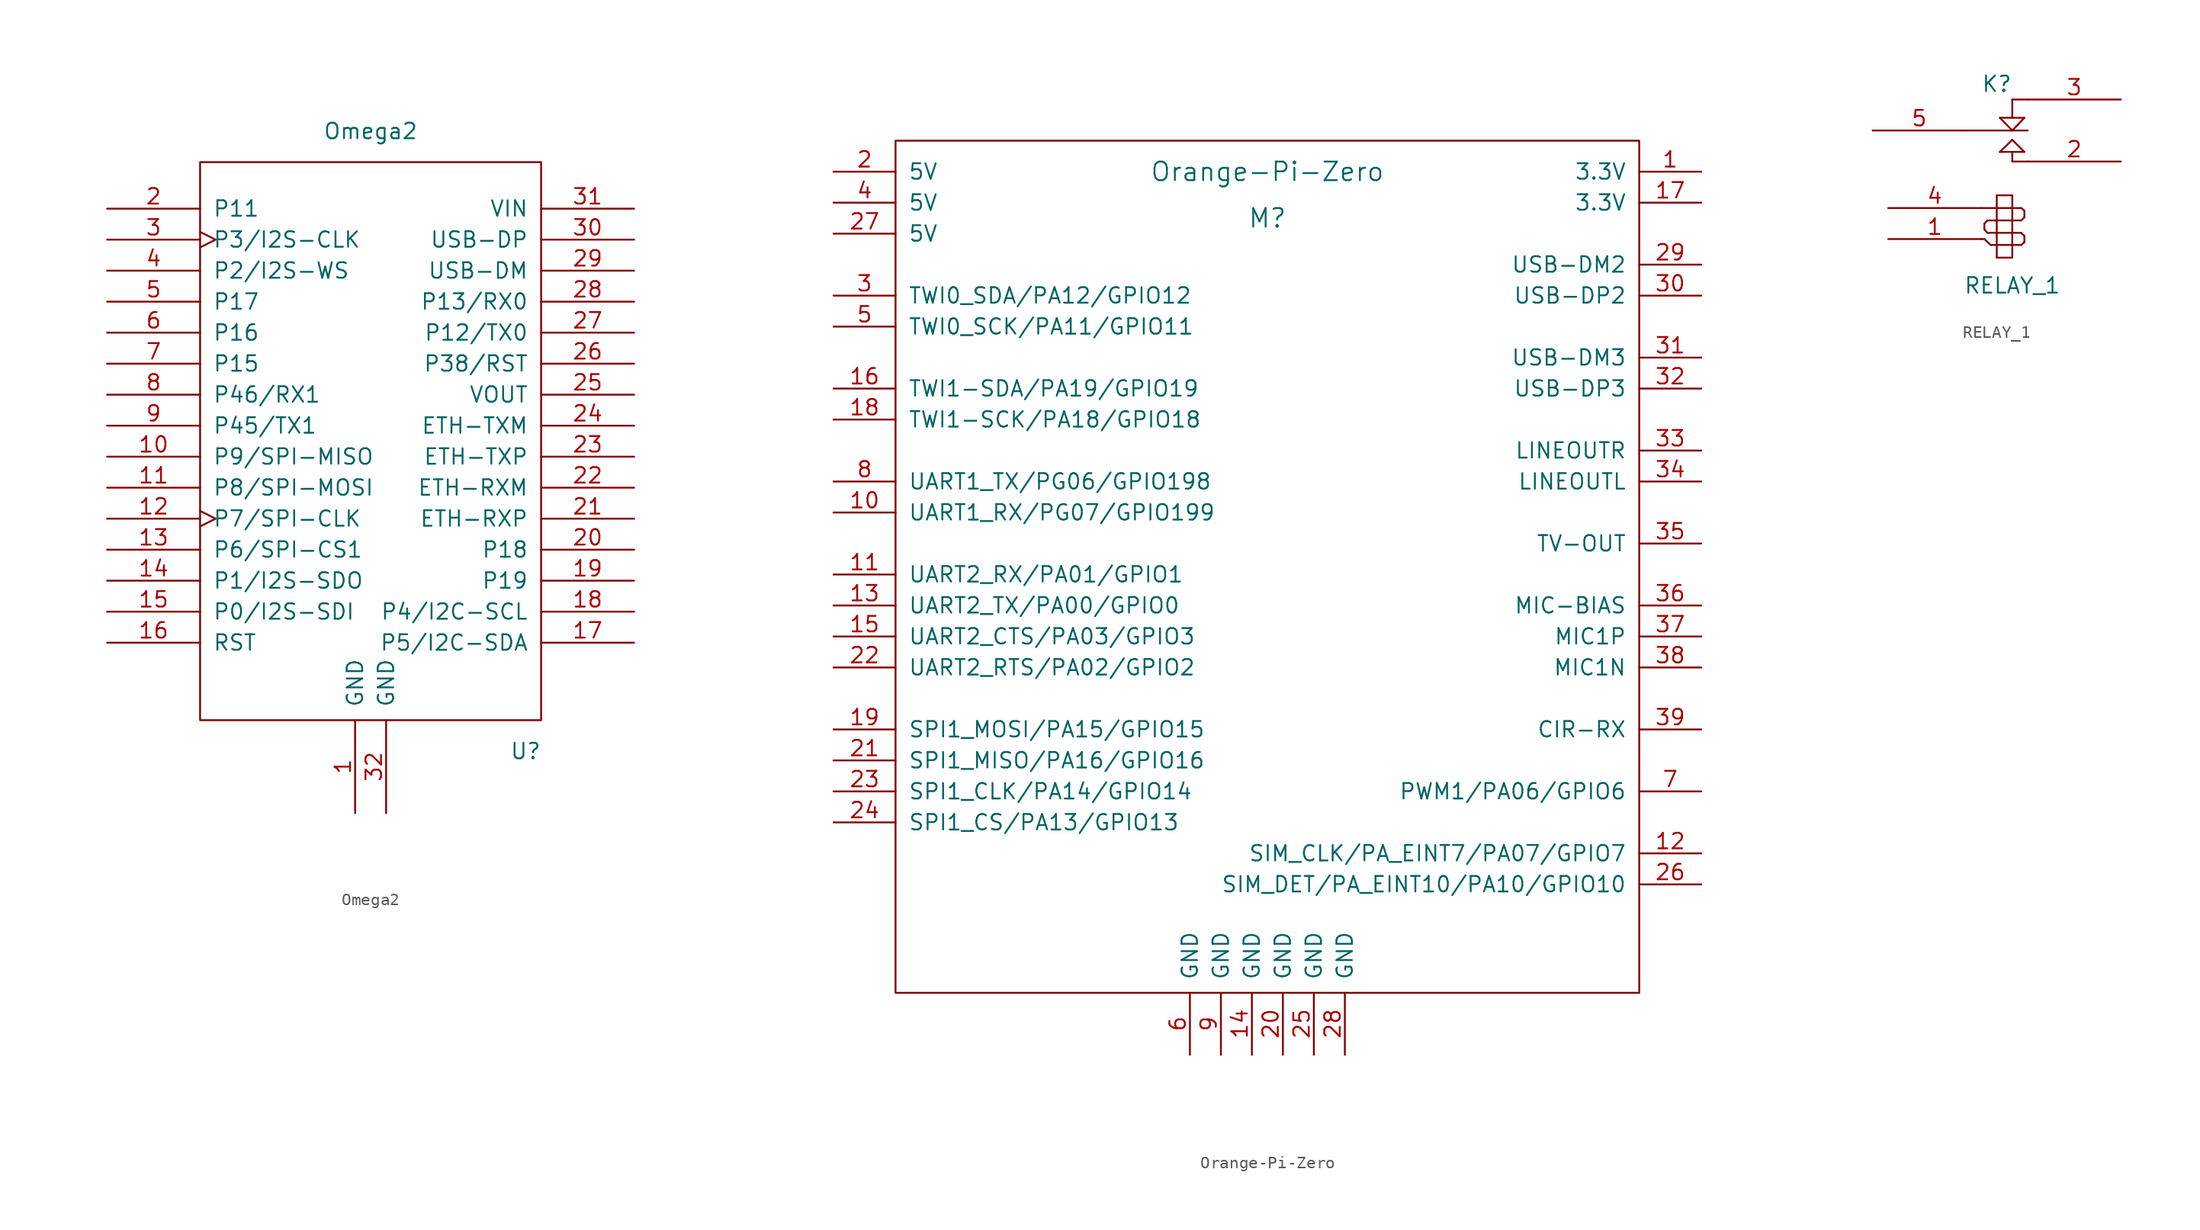
<source format=kicad_sym>
(kicad_symbol_lib
  (version 20211014)
  (generator kicad_symbol_editor)
  (symbol "Drake:Omega2"
    (pin_names
      (offset 1.016))
    (property "Reference" "U"
      (at 12.7 -26.67 0)
      (effects (font (size 1.27 1.27))))
    (property "Value" "Omega2"
      (at 0 24.13 0)
      (effects (font (size 1.27 1.27))))
    (symbol "Omega2_1_0"
      (rectangle (start -13.97 -24.13) (end 13.97 21.59) (stroke (width 0) (type default) (color 0 0 0 0)) (fill (type none))))
    (symbol "Omega2_1_1"
      (pin power_in line (at -1.27 -31.75 90) (length 7.62) (name "GND" (effects (font (size 1.27 1.27)))) (number "1" (effects (font (size 1.27 1.27)))))
      (pin bidirectional line (at -21.59 -2.54 0) (length 7.62) (name "P9/SPI-MISO" (effects (font (size 1.27 1.27)))) (number "10" (effects (font (size 1.27 1.27)))))
      (pin bidirectional line (at -21.59 -5.08 0) (length 7.62) (name "P8/SPI-MOSI" (effects (font (size 1.27 1.27)))) (number "11" (effects (font (size 1.27 1.27)))))
      (pin bidirectional clock (at -21.59 -7.62 0) (length 7.62) (name "P7/SPI-CLK" (effects (font (size 1.27 1.27)))) (number "12" (effects (font (size 1.27 1.27)))))
      (pin bidirectional line (at -21.59 -10.16 0) (length 7.62) (name "P6/SPI-CS1" (effects (font (size 1.27 1.27)))) (number "13" (effects (font (size 1.27 1.27)))))
      (pin bidirectional line (at -21.59 -12.7 0) (length 7.62) (name "P1/I2S-SDO" (effects (font (size 1.27 1.27)))) (number "14" (effects (font (size 1.27 1.27)))))
      (pin bidirectional line (at -21.59 -15.24 0) (length 7.62) (name "P0/I2S-SDI" (effects (font (size 1.27 1.27)))) (number "15" (effects (font (size 1.27 1.27)))))
      (pin bidirectional line (at -21.59 -17.78 0) (length 7.62) (name "RST" (effects (font (size 1.27 1.27)))) (number "16" (effects (font (size 1.27 1.27)))))
      (pin bidirectional line (at 21.59 -17.78 180) (length 7.62) (name "P5/I2C-SDA" (effects (font (size 1.27 1.27)))) (number "17" (effects (font (size 1.27 1.27)))))
      (pin bidirectional line (at 21.59 -15.24 180) (length 7.62) (name "P4/I2C-SCL" (effects (font (size 1.27 1.27)))) (number "18" (effects (font (size 1.27 1.27)))))
      (pin bidirectional line (at 21.59 -12.7 180) (length 7.62) (name "P19" (effects (font (size 1.27 1.27)))) (number "19" (effects (font (size 1.27 1.27)))))
      (pin bidirectional line (at -21.59 17.78 0) (length 7.62) (name "P11" (effects (font (size 1.27 1.27)))) (number "2" (effects (font (size 1.27 1.27)))))
      (pin bidirectional line (at 21.59 -10.16 180) (length 7.62) (name "P18" (effects (font (size 1.27 1.27)))) (number "20" (effects (font (size 1.27 1.27)))))
      (pin bidirectional line (at 21.59 -7.62 180) (length 7.62) (name "ETH-RXP" (effects (font (size 1.27 1.27)))) (number "21" (effects (font (size 1.27 1.27)))))
      (pin bidirectional line (at 21.59 -5.08 180) (length 7.62) (name "ETH-RXM" (effects (font (size 1.27 1.27)))) (number "22" (effects (font (size 1.27 1.27)))))
      (pin bidirectional line (at 21.59 -2.54 180) (length 7.62) (name "ETH-TXP" (effects (font (size 1.27 1.27)))) (number "23" (effects (font (size 1.27 1.27)))))
      (pin bidirectional line (at 21.59 0 180) (length 7.62) (name "ETH-TXM" (effects (font (size 1.27 1.27)))) (number "24" (effects (font (size 1.27 1.27)))))
      (pin output line (at 21.59 2.54 180) (length 7.62) (name "VOUT" (effects (font (size 1.27 1.27)))) (number "25" (effects (font (size 1.27 1.27)))))
      (pin bidirectional line (at 21.59 5.08 180) (length 7.62) (name "P38/RST" (effects (font (size 1.27 1.27)))) (number "26" (effects (font (size 1.27 1.27)))))
      (pin bidirectional line (at 21.59 7.62 180) (length 7.62) (name "P12/TX0" (effects (font (size 1.27 1.27)))) (number "27" (effects (font (size 1.27 1.27)))))
      (pin bidirectional line (at 21.59 10.16 180) (length 7.62) (name "P13/RX0" (effects (font (size 1.27 1.27)))) (number "28" (effects (font (size 1.27 1.27)))))
      (pin bidirectional line (at 21.59 12.7 180) (length 7.62) (name "USB-DM" (effects (font (size 1.27 1.27)))) (number "29" (effects (font (size 1.27 1.27)))))
      (pin bidirectional clock (at -21.59 15.24 0) (length 7.62) (name "P3/I2S-CLK" (effects (font (size 1.27 1.27)))) (number "3" (effects (font (size 1.27 1.27)))))
      (pin bidirectional line (at 21.59 15.24 180) (length 7.62) (name "USB-DP" (effects (font (size 1.27 1.27)))) (number "30" (effects (font (size 1.27 1.27)))))
      (pin bidirectional line (at 21.59 17.78 180) (length 7.62) (name "VIN" (effects (font (size 1.27 1.27)))) (number "31" (effects (font (size 1.27 1.27)))))
      (pin power_in line (at 1.27 -31.75 90) (length 7.62) (name "GND" (effects (font (size 1.27 1.27)))) (number "32" (effects (font (size 1.27 1.27)))))
      (pin bidirectional line (at -21.59 12.7 0) (length 7.62) (name "P2/I2S-WS" (effects (font (size 1.27 1.27)))) (number "4" (effects (font (size 1.27 1.27)))))
      (pin bidirectional line (at -21.59 10.16 0) (length 7.62) (name "P17" (effects (font (size 1.27 1.27)))) (number "5" (effects (font (size 1.27 1.27)))))
      (pin bidirectional line (at -21.59 7.62 0) (length 7.62) (name "P16" (effects (font (size 1.27 1.27)))) (number "6" (effects (font (size 1.27 1.27)))))
      (pin bidirectional line (at -21.59 5.08 0) (length 7.62) (name "P15" (effects (font (size 1.27 1.27)))) (number "7" (effects (font (size 1.27 1.27)))))
      (pin bidirectional line (at -21.59 2.54 0) (length 7.62) (name "P46/RX1" (effects (font (size 1.27 1.27)))) (number "8" (effects (font (size 1.27 1.27)))))
      (pin bidirectional line (at -21.59 0 0) (length 7.62) (name "P45/TX1" (effects (font (size 1.27 1.27)))) (number "9" (effects (font (size 1.27 1.27)))))))
  (symbol "Drake:Orange-Pi-Zero"
    (pin_names
      (offset 1.016))
    (property "Reference" "M"
      (at 0 29.21 0)
      (effects (font (size 1.524 1.524))))
    (property "Value" "Orange-Pi-Zero"
      (at 0 33.02 0)
      (effects (font (size 1.524 1.524))))
    (symbol "Orange-Pi-Zero_0_1"
      (rectangle (start -30.48 35.56) (end 30.48 -34.29) (stroke (width 0) (type default) (color 0 0 0 0)) (fill (type none))))
    (symbol "Orange-Pi-Zero_1_1"
      (pin bidirectional line (at 35.56 33.02 180) (length 5.08) (name "3.3V" (effects (font (size 1.27 1.27)))) (number "1" (effects (font (size 1.27 1.27)))))
      (pin bidirectional line (at -35.56 5.08 0) (length 5.08) (name "UART1_RX/PG07/GPIO199" (effects (font (size 1.27 1.27)))) (number "10" (effects (font (size 1.27 1.27)))))
      (pin bidirectional line (at -35.56 0 0) (length 5.08) (name "UART2_RX/PA01/GPIO1" (effects (font (size 1.27 1.27)))) (number "11" (effects (font (size 1.27 1.27)))))
      (pin bidirectional line (at 35.56 -22.86 180) (length 5.08) (name "SIM_CLK/PA_EINT7/PA07/GPIO7" (effects (font (size 1.27 1.27)))) (number "12" (effects (font (size 1.27 1.27)))))
      (pin bidirectional line (at -35.56 -2.54 0) (length 5.08) (name "UART2_TX/PA00/GPIO0" (effects (font (size 1.27 1.27)))) (number "13" (effects (font (size 1.27 1.27)))))
      (pin bidirectional line (at -1.27 -39.37 90) (length 5.08) (name "GND" (effects (font (size 1.27 1.27)))) (number "14" (effects (font (size 1.27 1.27)))))
      (pin bidirectional line (at -35.56 -5.08 0) (length 5.08) (name "UART2_CTS/PA03/GPIO3" (effects (font (size 1.27 1.27)))) (number "15" (effects (font (size 1.27 1.27)))))
      (pin bidirectional line (at -35.56 15.24 0) (length 5.08) (name "TWI1-SDA/PA19/GPIO19" (effects (font (size 1.27 1.27)))) (number "16" (effects (font (size 1.27 1.27)))))
      (pin bidirectional line (at 35.56 30.48 180) (length 5.08) (name "3.3V" (effects (font (size 1.27 1.27)))) (number "17" (effects (font (size 1.27 1.27)))))
      (pin bidirectional line (at -35.56 12.7 0) (length 5.08) (name "TWI1-SCK/PA18/GPIO18" (effects (font (size 1.27 1.27)))) (number "18" (effects (font (size 1.27 1.27)))))
      (pin bidirectional line (at -35.56 -12.7 0) (length 5.08) (name "SPI1_MOSI/PA15/GPIO15" (effects (font (size 1.27 1.27)))) (number "19" (effects (font (size 1.27 1.27)))))
      (pin bidirectional line (at -35.56 33.02 0) (length 5.08) (name "5V" (effects (font (size 1.27 1.27)))) (number "2" (effects (font (size 1.27 1.27)))))
      (pin bidirectional line (at 1.27 -39.37 90) (length 5.08) (name "GND" (effects (font (size 1.27 1.27)))) (number "20" (effects (font (size 1.27 1.27)))))
      (pin bidirectional line (at -35.56 -15.24 0) (length 5.08) (name "SPI1_MISO/PA16/GPIO16" (effects (font (size 1.27 1.27)))) (number "21" (effects (font (size 1.27 1.27)))))
      (pin bidirectional line (at -35.56 -7.62 0) (length 5.08) (name "UART2_RTS/PA02/GPIO2" (effects (font (size 1.27 1.27)))) (number "22" (effects (font (size 1.27 1.27)))))
      (pin bidirectional line (at -35.56 -17.78 0) (length 5.08) (name "SPI1_CLK/PA14/GPIO14" (effects (font (size 1.27 1.27)))) (number "23" (effects (font (size 1.27 1.27)))))
      (pin bidirectional line (at -35.56 -20.32 0) (length 5.08) (name "SPI1_CS/PA13/GPIO13" (effects (font (size 1.27 1.27)))) (number "24" (effects (font (size 1.27 1.27)))))
      (pin bidirectional line (at 3.81 -39.37 90) (length 5.08) (name "GND" (effects (font (size 1.27 1.27)))) (number "25" (effects (font (size 1.27 1.27)))))
      (pin bidirectional line (at 35.56 -25.4 180) (length 5.08) (name "SIM_DET/PA_EINT10/PA10/GPIO10" (effects (font (size 1.27 1.27)))) (number "26" (effects (font (size 1.27 1.27)))))
      (pin bidirectional line (at -35.56 27.94 0) (length 5.08) (name "5V" (effects (font (size 1.27 1.27)))) (number "27" (effects (font (size 1.27 1.27)))))
      (pin bidirectional line (at 6.35 -39.37 90) (length 5.08) (name "GND" (effects (font (size 1.27 1.27)))) (number "28" (effects (font (size 1.27 1.27)))))
      (pin bidirectional line (at 35.56 25.4 180) (length 5.08) (name "USB-DM2" (effects (font (size 1.27 1.27)))) (number "29" (effects (font (size 1.27 1.27)))))
      (pin bidirectional line (at -35.56 22.86 0) (length 5.08) (name "TWI0_SDA/PA12/GPIO12" (effects (font (size 1.27 1.27)))) (number "3" (effects (font (size 1.27 1.27)))))
      (pin bidirectional line (at 35.56 22.86 180) (length 5.08) (name "USB-DP2" (effects (font (size 1.27 1.27)))) (number "30" (effects (font (size 1.27 1.27)))))
      (pin bidirectional line (at 35.56 17.78 180) (length 5.08) (name "USB-DM3" (effects (font (size 1.27 1.27)))) (number "31" (effects (font (size 1.27 1.27)))))
      (pin bidirectional line (at 35.56 15.24 180) (length 5.08) (name "USB-DP3" (effects (font (size 1.27 1.27)))) (number "32" (effects (font (size 1.27 1.27)))))
      (pin bidirectional line (at 35.56 10.16 180) (length 5.08) (name "LINEOUTR" (effects (font (size 1.27 1.27)))) (number "33" (effects (font (size 1.27 1.27)))))
      (pin bidirectional line (at 35.56 7.62 180) (length 5.08) (name "LINEOUTL" (effects (font (size 1.27 1.27)))) (number "34" (effects (font (size 1.27 1.27)))))
      (pin bidirectional line (at 35.56 2.54 180) (length 5.08) (name "TV-OUT" (effects (font (size 1.27 1.27)))) (number "35" (effects (font (size 1.27 1.27)))))
      (pin bidirectional line (at 35.56 -2.54 180) (length 5.08) (name "MIC-BIAS" (effects (font (size 1.27 1.27)))) (number "36" (effects (font (size 1.27 1.27)))))
      (pin bidirectional line (at 35.56 -5.08 180) (length 5.08) (name "MIC1P" (effects (font (size 1.27 1.27)))) (number "37" (effects (font (size 1.27 1.27)))))
      (pin bidirectional line (at 35.56 -7.62 180) (length 5.08) (name "MIC1N" (effects (font (size 1.27 1.27)))) (number "38" (effects (font (size 1.27 1.27)))))
      (pin bidirectional line (at 35.56 -12.7 180) (length 5.08) (name "CIR-RX" (effects (font (size 1.27 1.27)))) (number "39" (effects (font (size 1.27 1.27)))))
      (pin bidirectional line (at -35.56 30.48 0) (length 5.08) (name "5V" (effects (font (size 1.27 1.27)))) (number "4" (effects (font (size 1.27 1.27)))))
      (pin bidirectional line (at -35.56 20.32 0) (length 5.08) (name "TWI0_SCK/PA11/GPIO11" (effects (font (size 1.27 1.27)))) (number "5" (effects (font (size 1.27 1.27)))))
      (pin bidirectional line (at -6.35 -39.37 90) (length 5.08) (name "GND" (effects (font (size 1.27 1.27)))) (number "6" (effects (font (size 1.27 1.27)))))
      (pin bidirectional line (at 35.56 -17.78 180) (length 5.08) (name "PWM1/PA06/GPIO6" (effects (font (size 1.27 1.27)))) (number "7" (effects (font (size 1.27 1.27)))))
      (pin bidirectional line (at -35.56 7.62 0) (length 5.08) (name "UART1_TX/PG06/GPIO198" (effects (font (size 1.27 1.27)))) (number "8" (effects (font (size 1.27 1.27)))))
      (pin bidirectional line (at -3.81 -39.37 90) (length 5.08) (name "GND" (effects (font (size 1.27 1.27)))) (number "9" (effects (font (size 1.27 1.27)))))))
  (symbol "Drake:RELAY_1"
    (pin_names
      (offset 1.016) hide)
    (property "Reference" "K"
      (at -1.27 3.81 0)
      (effects (font (size 1.27 1.27))))
    (property "Value" "RELAY_1"
      (at 0 -12.7 0)
      (effects (font (size 1.27 1.27))))
    (property "Footprint" ""
      (at -1.27 1.27 0)
      (effects (font (size 1.27 1.27))))
    (property "Datasheet" ""
      (at -1.27 1.27 0)
      (effects (font (size 1.27 1.27))))
    (symbol "RELAY_1_0_1"
      (polyline (pts (xy -3.81 0) (xy 0 0)) (stroke (width 0) (type default) (color 0 0 0 0)) (fill (type none)))
      (polyline (pts (xy -2.54 -8.89) (xy -2.286 -8.89)) (stroke (width 0) (type default) (color 0 0 0 0)) (fill (type none)))
      (polyline (pts (xy -2.54 -6.35) (xy -1.27 -6.35)) (stroke (width 0) (type default) (color 0 0 0 0)) (fill (type none)))
      (polyline (pts (xy -2.286 -8.89) (xy -1.778 -9.373)) (stroke (width 0) (type default) (color 0 0 0 0)) (fill (type none)))
      (polyline (pts (xy -2.286 -8.103) (xy -2.286 -7.62)) (stroke (width 0) (type default) (color 0 0 0 0)) (fill (type none)))
      (polyline (pts (xy -2.032 -8.382) (xy -2.286 -8.103)) (stroke (width 0) (type default) (color 0 0 0 0)) (fill (type none)))
      (polyline (pts (xy -2.032 -7.366) (xy -2.286 -7.62)) (stroke (width 0) (type default) (color 0 0 0 0)) (fill (type none)))
      (polyline (pts (xy -1.778 -9.373) (xy -1.27 -9.373)) (stroke (width 0) (type default) (color 0 0 0 0)) (fill (type none)))
      (polyline (pts (xy -1.27 -10.414) (xy -1.27 -5.309)) (stroke (width 0) (type default) (color 0 0 0 0)) (fill (type none)))
      (polyline (pts (xy -1.27 -8.382) (xy -2.032 -8.382)) (stroke (width 0) (type default) (color 0 0 0 0)) (fill (type none)))
      (polyline (pts (xy -1.27 -8.382) (xy 0 -8.382)) (stroke (width 0) (type default) (color 0 0 0 0)) (fill (type none)))
      (polyline (pts (xy -1.27 -7.366) (xy -2.032 -7.366)) (stroke (width 0) (type default) (color 0 0 0 0)) (fill (type none)))
      (polyline (pts (xy -1.27 -6.35) (xy 0 -6.35)) (stroke (width 0) (type default) (color 0 0 0 0)) (fill (type none)))
      (polyline (pts (xy -1.27 -5.309) (xy 0 -5.309)) (stroke (width 0) (type default) (color 0 0 0 0)) (fill (type none)))
      (polyline (pts (xy -1.016 -1.753) (xy 0.991 -1.753)) (stroke (width 0) (type default) (color 0 0 0 0)) (fill (type none)))
      (polyline (pts (xy -1.016 1.041) (xy 0.991 1.041)) (stroke (width 0) (type default) (color 0 0 0 0)) (fill (type none)))
      (polyline (pts (xy 0 -10.414) (xy -1.27 -10.414)) (stroke (width 0) (type default) (color 0 0 0 0)) (fill (type none)))
      (polyline (pts (xy 0 -9.373) (xy -1.27 -9.373)) (stroke (width 0) (type default) (color 0 0 0 0)) (fill (type none)))
      (polyline (pts (xy 0 -9.373) (xy 0.737 -9.373)) (stroke (width 0) (type default) (color 0 0 0 0)) (fill (type none)))
      (polyline (pts (xy 0 -8.382) (xy 0.737 -8.382)) (stroke (width 0) (type default) (color 0 0 0 0)) (fill (type none)))
      (polyline (pts (xy 0 -7.366) (xy -1.27 -7.366)) (stroke (width 0) (type default) (color 0 0 0 0)) (fill (type none)))
      (polyline (pts (xy 0 -7.366) (xy 0.737 -7.366)) (stroke (width 0) (type default) (color 0 0 0 0)) (fill (type none)))
      (polyline (pts (xy 0 -6.35) (xy 0.737 -6.35)) (stroke (width 0) (type default) (color 0 0 0 0)) (fill (type none)))
      (polyline (pts (xy 0 -5.309) (xy 0 -10.414)) (stroke (width 0) (type default) (color 0 0 0 0)) (fill (type none)))
      (polyline (pts (xy 0 -2.54) (xy 0 -2.032)) (stroke (width 0) (type default) (color 0 0 0 0)) (fill (type none)))
      (polyline (pts (xy 0 -2.032) (xy 0 -1.753)) (stroke (width 0) (type default) (color 0 0 0 0)) (fill (type none)))
      (polyline (pts (xy 0 -0.762) (xy -1.016 -1.753)) (stroke (width 0) (type default) (color 0 0 0 0)) (fill (type none)))
      (polyline (pts (xy 0 0) (xy -1.016 1.041)) (stroke (width 0) (type default) (color 0 0 0 0)) (fill (type none)))
      (polyline (pts (xy 0 0) (xy 1.27 0)) (stroke (width 0) (type default) (color 0 0 0 0)) (fill (type none)))
      (polyline (pts (xy 0 2.54) (xy 0 1.041)) (stroke (width 0) (type default) (color 0 0 0 0)) (fill (type none)))
      (polyline (pts (xy 0 2.54) (xy 1.27 2.54)) (stroke (width 0) (type default) (color 0 0 0 0)) (fill (type none)))
      (polyline (pts (xy 0.737 -9.373) (xy 0.991 -9.144)) (stroke (width 0) (type default) (color 0 0 0 0)) (fill (type none)))
      (polyline (pts (xy 0.737 -8.382) (xy 0.991 -8.636)) (stroke (width 0) (type default) (color 0 0 0 0)) (fill (type none)))
      (polyline (pts (xy 0.737 -7.366) (xy 0.991 -7.112)) (stroke (width 0) (type default) (color 0 0 0 0)) (fill (type none)))
      (polyline (pts (xy 0.737 -6.35) (xy 0.991 -6.579)) (stroke (width 0) (type default) (color 0 0 0 0)) (fill (type none)))
      (polyline (pts (xy 0.991 -9.144) (xy 0.991 -8.636)) (stroke (width 0) (type default) (color 0 0 0 0)) (fill (type none)))
      (polyline (pts (xy 0.991 -6.579) (xy 0.991 -7.112)) (stroke (width 0) (type default) (color 0 0 0 0)) (fill (type none)))
      (polyline (pts (xy 0.991 -1.753) (xy 0 -0.762)) (stroke (width 0) (type default) (color 0 0 0 0)) (fill (type none)))
      (polyline (pts (xy 0.991 1.041) (xy 0 0)) (stroke (width 0) (type default) (color 0 0 0 0)) (fill (type none)))
      (polyline (pts (xy 1.27 -2.54) (xy 0 -2.54)) (stroke (width 0) (type default) (color 0 0 0 0)) (fill (type none))))
    (symbol "RELAY_1_1_1"
      (pin input line (at -10.16 -8.89 0) (length 7.62) (name "C2" (effects (font (size 1.27 1.27)))) (number "1" (effects (font (size 1.27 1.27)))))
      (pin passive line (at 8.89 -2.54 180) (length 7.62) (name "B" (effects (font (size 1.27 1.27)))) (number "2" (effects (font (size 1.27 1.27)))))
      (pin passive line (at 8.89 2.54 180) (length 7.62) (name "C" (effects (font (size 1.27 1.27)))) (number "3" (effects (font (size 1.27 1.27)))))
      (pin input line (at -10.16 -6.35 0) (length 7.62) (name "C1" (effects (font (size 1.27 1.27)))) (number "4" (effects (font (size 1.27 1.27)))))
      (pin passive line (at -11.43 0 0) (length 7.62) (name "A" (effects (font (size 1.27 1.27)))) (number "5" (effects (font (size 1.27 1.27))))))))
</source>
